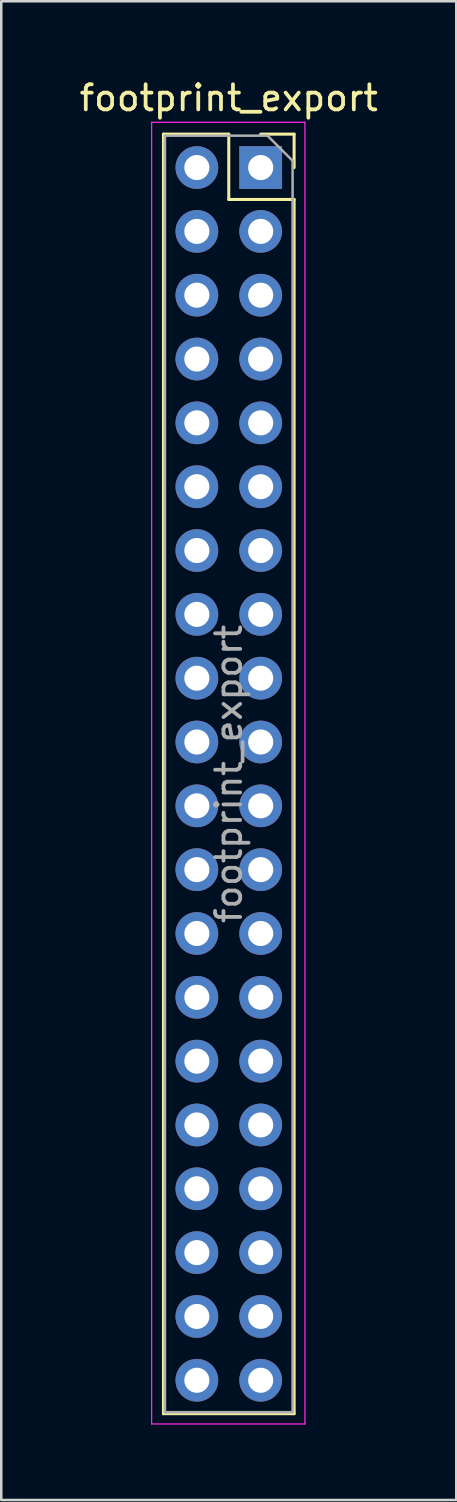
<source format=kicad_pcb>
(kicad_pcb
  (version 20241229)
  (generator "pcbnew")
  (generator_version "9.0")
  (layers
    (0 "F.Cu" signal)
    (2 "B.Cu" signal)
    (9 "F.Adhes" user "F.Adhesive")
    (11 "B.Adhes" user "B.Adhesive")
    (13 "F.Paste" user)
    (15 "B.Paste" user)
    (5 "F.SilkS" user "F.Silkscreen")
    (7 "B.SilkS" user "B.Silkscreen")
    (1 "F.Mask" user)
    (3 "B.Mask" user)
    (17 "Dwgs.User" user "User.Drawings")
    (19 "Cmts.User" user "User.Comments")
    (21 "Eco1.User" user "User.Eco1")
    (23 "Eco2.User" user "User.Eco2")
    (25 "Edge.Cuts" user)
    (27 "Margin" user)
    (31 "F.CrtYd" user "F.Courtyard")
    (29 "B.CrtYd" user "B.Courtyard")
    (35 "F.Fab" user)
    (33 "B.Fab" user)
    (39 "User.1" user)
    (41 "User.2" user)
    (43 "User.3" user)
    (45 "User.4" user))
  (footprint "footprint_export"
    (layer "F.Cu")
    (at 7.324 3.618)
    (property "Reference" "footprint_export" (at -1.27 -2.77 0) (layer "F.SilkS") (effects (font (size 1 1) (thickness 0.15))))
    (attr through_hole)
    (fp_line (start -3.87 -1.33) (end -3.87 49.59) (stroke (width 0.12) (type solid)) (layer "F.SilkS"))
    (fp_line (start -3.87 -1.33) (end -1.27 -1.33) (stroke (width 0.12) (type solid)) (layer "F.SilkS"))
    (fp_line (start -3.87 49.59) (end 1.33 49.59) (stroke (width 0.12) (type solid)) (layer "F.SilkS"))
    (fp_line (start -1.27 -1.33) (end -1.27 1.27) (stroke (width 0.12) (type solid)) (layer "F.SilkS"))
    (fp_line (start -1.27 1.27) (end 1.33 1.27) (stroke (width 0.12) (type solid)) (layer "F.SilkS"))
    (fp_line (start 0 -1.33) (end 1.33 -1.33) (stroke (width 0.12) (type solid)) (layer "F.SilkS"))
    (fp_line (start 1.33 -1.33) (end 1.33 0) (stroke (width 0.12) (type solid)) (layer "F.SilkS"))
    (fp_line (start 1.33 1.27) (end 1.33 49.59) (stroke (width 0.12) (type solid)) (layer "F.SilkS"))
    (fp_line (start -4.34 -1.8) (end 1.76 -1.8) (stroke (width 0.05) (type solid)) (layer "F.CrtYd"))
    (fp_line (start -4.34 50) (end -4.34 -1.8) (stroke (width 0.05) (type solid)) (layer "F.CrtYd"))
    (fp_line (start 1.76 -1.8) (end 1.76 50) (stroke (width 0.05) (type solid)) (layer "F.CrtYd"))
    (fp_line (start 1.76 50) (end -4.34 50) (stroke (width 0.05) (type solid)) (layer "F.CrtYd"))
    (fp_line (start -3.81 -1.27) (end 0.27 -1.27) (stroke (width 0.1) (type solid)) (layer "F.Fab"))
    (fp_line (start -3.81 49.53) (end -3.81 -1.27) (stroke (width 0.1) (type solid)) (layer "F.Fab"))
    (fp_line (start 0.27 -1.27) (end 1.27 -0.27) (stroke (width 0.1) (type solid)) (layer "F.Fab"))
    (fp_line (start 1.27 -0.27) (end 1.27 49.53) (stroke (width 0.1) (type solid)) (layer "F.Fab"))
    (fp_line (start 1.27 49.53) (end -3.81 49.53) (stroke (width 0.1) (type solid)) (layer "F.Fab"))
    (fp_text user "${REFERENCE}" (at -1.27 24.13 90) (layer "F.Fab") (effects (font (size 1 1) (thickness 0.15))))
    (pad "1" thru_hole rect (at 0 0) (size 1.7 1.7) (drill 1) (layers "*.Cu" "*.Mask"))
    (pad "2" thru_hole oval (at -2.54 0) (size 1.7 1.7) (drill 1) (layers "*.Cu" "*.Mask"))
    (pad "3" thru_hole oval (at 0 2.54) (size 1.7 1.7) (drill 1) (layers "*.Cu" "*.Mask"))
    (pad "4" thru_hole oval (at -2.54 2.54) (size 1.7 1.7) (drill 1) (layers "*.Cu" "*.Mask"))
    (pad "5" thru_hole oval (at 0 5.08) (size 1.7 1.7) (drill 1) (layers "*.Cu" "*.Mask"))
    (pad "6" thru_hole oval (at -2.54 5.08) (size 1.7 1.7) (drill 1) (layers "*.Cu" "*.Mask"))
    (pad "7" thru_hole oval (at 0 7.62) (size 1.7 1.7) (drill 1) (layers "*.Cu" "*.Mask"))
    (pad "8" thru_hole oval (at -2.54 7.62) (size 1.7 1.7) (drill 1) (layers "*.Cu" "*.Mask"))
    (pad "9" thru_hole oval (at 0 10.16) (size 1.7 1.7) (drill 1) (layers "*.Cu" "*.Mask"))
    (pad "10" thru_hole oval (at -2.54 10.16) (size 1.7 1.7) (drill 1) (layers "*.Cu" "*.Mask"))
    (pad "11" thru_hole oval (at 0 12.7) (size 1.7 1.7) (drill 1) (layers "*.Cu" "*.Mask"))
    (pad "12" thru_hole oval (at -2.54 12.7) (size 1.7 1.7) (drill 1) (layers "*.Cu" "*.Mask"))
    (pad "13" thru_hole oval (at 0 15.24) (size 1.7 1.7) (drill 1) (layers "*.Cu" "*.Mask"))
    (pad "14" thru_hole oval (at -2.54 15.24) (size 1.7 1.7) (drill 1) (layers "*.Cu" "*.Mask"))
    (pad "15" thru_hole oval (at 0 17.78) (size 1.7 1.7) (drill 1) (layers "*.Cu" "*.Mask"))
    (pad "16" thru_hole oval (at -2.54 17.78) (size 1.7 1.7) (drill 1) (layers "*.Cu" "*.Mask"))
    (pad "17" thru_hole oval (at 0 20.32) (size 1.7 1.7) (drill 1) (layers "*.Cu" "*.Mask"))
    (pad "18" thru_hole oval (at -2.54 20.32) (size 1.7 1.7) (drill 1) (layers "*.Cu" "*.Mask"))
    (pad "19" thru_hole oval (at 0 22.86) (size 1.7 1.7) (drill 1) (layers "*.Cu" "*.Mask"))
    (pad "20" thru_hole oval (at -2.54 22.86) (size 1.7 1.7) (drill 1) (layers "*.Cu" "*.Mask"))
    (pad "21" thru_hole oval (at 0 25.4) (size 1.7 1.7) (drill 1) (layers "*.Cu" "*.Mask"))
    (pad "22" thru_hole oval (at -2.54 25.4) (size 1.7 1.7) (drill 1) (layers "*.Cu" "*.Mask"))
    (pad "23" thru_hole oval (at 0 27.94) (size 1.7 1.7) (drill 1) (layers "*.Cu" "*.Mask"))
    (pad "24" thru_hole oval (at -2.54 27.94) (size 1.7 1.7) (drill 1) (layers "*.Cu" "*.Mask"))
    (pad "25" thru_hole oval (at 0 30.48) (size 1.7 1.7) (drill 1) (layers "*.Cu" "*.Mask"))
    (pad "26" thru_hole oval (at -2.54 30.48) (size 1.7 1.7) (drill 1) (layers "*.Cu" "*.Mask"))
    (pad "27" thru_hole oval (at 0 33.02) (size 1.7 1.7) (drill 1) (layers "*.Cu" "*.Mask"))
    (pad "28" thru_hole oval (at -2.54 33.02) (size 1.7 1.7) (drill 1) (layers "*.Cu" "*.Mask"))
    (pad "29" thru_hole oval (at 0 35.56) (size 1.7 1.7) (drill 1) (layers "*.Cu" "*.Mask"))
    (pad "30" thru_hole oval (at -2.54 35.56) (size 1.7 1.7) (drill 1) (layers "*.Cu" "*.Mask"))
    (pad "31" thru_hole oval (at 0 38.1) (size 1.7 1.7) (drill 1) (layers "*.Cu" "*.Mask"))
    (pad "32" thru_hole oval (at -2.54 38.1) (size 1.7 1.7) (drill 1) (layers "*.Cu" "*.Mask"))
    (pad "33" thru_hole oval (at 0 40.64) (size 1.7 1.7) (drill 1) (layers "*.Cu" "*.Mask"))
    (pad "34" thru_hole oval (at -2.54 40.64) (size 1.7 1.7) (drill 1) (layers "*.Cu" "*.Mask"))
    (pad "35" thru_hole oval (at 0 43.18) (size 1.7 1.7) (drill 1) (layers "*.Cu" "*.Mask"))
    (pad "36" thru_hole oval (at -2.54 43.18) (size 1.7 1.7) (drill 1) (layers "*.Cu" "*.Mask"))
    (pad "37" thru_hole oval (at 0 45.72) (size 1.7 1.7) (drill 1) (layers "*.Cu" "*.Mask"))
    (pad "38" thru_hole oval (at -2.54 45.72) (size 1.7 1.7) (drill 1) (layers "*.Cu" "*.Mask"))
    (pad "39" thru_hole oval (at 0 48.26) (size 1.7 1.7) (drill 1) (layers "*.Cu" "*.Mask"))
    (pad "40" thru_hole oval (at -2.54 48.26) (size 1.7 1.7) (drill 1) (layers "*.Cu" "*.Mask")))
  (gr_rect
    (start -3 -3)
    (end 15.107 56.643)
    (stroke (width 0.1) (type default))
    (fill no)
    (layer "Edge.Cuts")))
</source>
